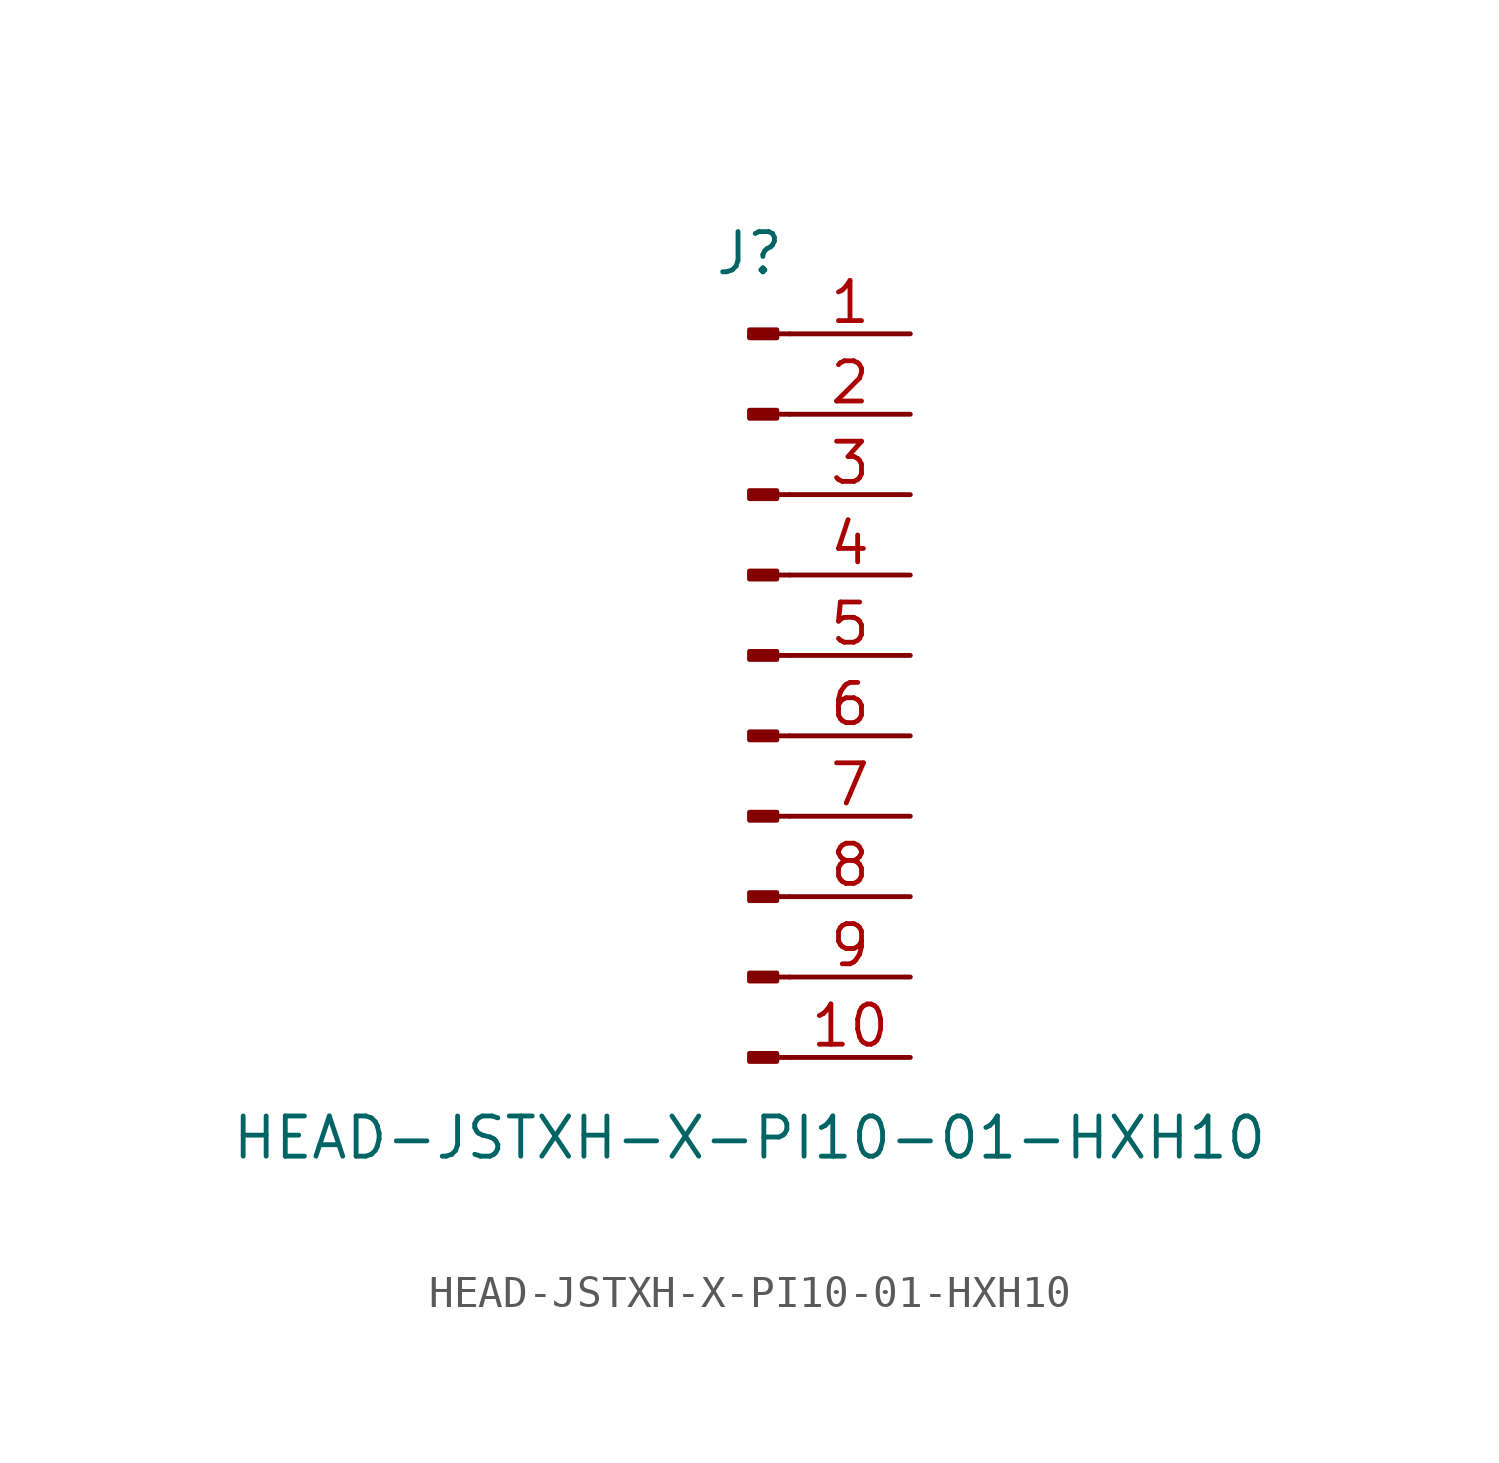
<source format=kicad_sym>
(kicad_symbol_lib
  (version 20211014)
  (generator kicad_symbol_editor)
  (symbol "HEAD-JSTXH-X-PI10-01-HXH10"
    (pin_names
      (offset 1.016) hide)
    (property "Reference" "J"
      (at 0 12.7 0)
      (effects (font (size 1.27 1.27))))
    (property "Value" "HEAD-JSTXH-X-PI10-01-HXH10"
      (at 0 -15.24 0)
      (effects (font (size 1.27 1.27))))
    (symbol "HEAD-JSTXH-X-PI10-01-HXH10_1_1"
      (polyline (pts (xy 1.27 -12.7) (xy 0.864 -12.7)) (stroke (width 0.152) (type default) (color 0 0 0 0)) (fill (type none)))
      (polyline (pts (xy 1.27 -10.16) (xy 0.864 -10.16)) (stroke (width 0.152) (type default) (color 0 0 0 0)) (fill (type none)))
      (polyline (pts (xy 1.27 -7.62) (xy 0.864 -7.62)) (stroke (width 0.152) (type default) (color 0 0 0 0)) (fill (type none)))
      (polyline (pts (xy 1.27 -5.08) (xy 0.864 -5.08)) (stroke (width 0.152) (type default) (color 0 0 0 0)) (fill (type none)))
      (polyline (pts (xy 1.27 -2.54) (xy 0.864 -2.54)) (stroke (width 0.152) (type default) (color 0 0 0 0)) (fill (type none)))
      (polyline (pts (xy 1.27 0) (xy 0.864 0)) (stroke (width 0.152) (type default) (color 0 0 0 0)) (fill (type none)))
      (polyline (pts (xy 1.27 2.54) (xy 0.864 2.54)) (stroke (width 0.152) (type default) (color 0 0 0 0)) (fill (type none)))
      (polyline (pts (xy 1.27 5.08) (xy 0.864 5.08)) (stroke (width 0.152) (type default) (color 0 0 0 0)) (fill (type none)))
      (polyline (pts (xy 1.27 7.62) (xy 0.864 7.62)) (stroke (width 0.152) (type default) (color 0 0 0 0)) (fill (type none)))
      (polyline (pts (xy 1.27 10.16) (xy 0.864 10.16)) (stroke (width 0.152) (type default) (color 0 0 0 0)) (fill (type none)))
      (rectangle (start 0.864 -12.573) (end 0 -12.827) (stroke (width 0.152) (type default) (color 0 0 0 0)) (fill (type outline)))
      (rectangle (start 0.864 -10.033) (end 0 -10.287) (stroke (width 0.152) (type default) (color 0 0 0 0)) (fill (type outline)))
      (rectangle (start 0.864 -7.493) (end 0 -7.747) (stroke (width 0.152) (type default) (color 0 0 0 0)) (fill (type outline)))
      (rectangle (start 0.864 -4.953) (end 0 -5.207) (stroke (width 0.152) (type default) (color 0 0 0 0)) (fill (type outline)))
      (rectangle (start 0.864 -2.413) (end 0 -2.667) (stroke (width 0.152) (type default) (color 0 0 0 0)) (fill (type outline)))
      (rectangle (start 0.864 0.127) (end 0 -0.127) (stroke (width 0.152) (type default) (color 0 0 0 0)) (fill (type outline)))
      (rectangle (start 0.864 2.667) (end 0 2.413) (stroke (width 0.152) (type default) (color 0 0 0 0)) (fill (type outline)))
      (rectangle (start 0.864 5.207) (end 0 4.953) (stroke (width 0.152) (type default) (color 0 0 0 0)) (fill (type outline)))
      (rectangle (start 0.864 7.747) (end 0 7.493) (stroke (width 0.152) (type default) (color 0 0 0 0)) (fill (type outline)))
      (rectangle (start 0.864 10.287) (end 0 10.033) (stroke (width 0.152) (type default) (color 0 0 0 0)) (fill (type outline)))
      (pin passive line (at 5.08 10.16 180) (length 3.81) (name "Pin_1" (effects (font (size 1.27 1.27)))) (number "1" (effects (font (size 1.27 1.27)))))
      (pin passive line (at 5.08 -12.7 180) (length 3.81) (name "Pin_10" (effects (font (size 1.27 1.27)))) (number "10" (effects (font (size 1.27 1.27)))))
      (pin passive line (at 5.08 7.62 180) (length 3.81) (name "Pin_2" (effects (font (size 1.27 1.27)))) (number "2" (effects (font (size 1.27 1.27)))))
      (pin passive line (at 5.08 5.08 180) (length 3.81) (name "Pin_3" (effects (font (size 1.27 1.27)))) (number "3" (effects (font (size 1.27 1.27)))))
      (pin passive line (at 5.08 2.54 180) (length 3.81) (name "Pin_4" (effects (font (size 1.27 1.27)))) (number "4" (effects (font (size 1.27 1.27)))))
      (pin passive line (at 5.08 0 180) (length 3.81) (name "Pin_5" (effects (font (size 1.27 1.27)))) (number "5" (effects (font (size 1.27 1.27)))))
      (pin passive line (at 5.08 -2.54 180) (length 3.81) (name "Pin_6" (effects (font (size 1.27 1.27)))) (number "6" (effects (font (size 1.27 1.27)))))
      (pin passive line (at 5.08 -5.08 180) (length 3.81) (name "Pin_7" (effects (font (size 1.27 1.27)))) (number "7" (effects (font (size 1.27 1.27)))))
      (pin passive line (at 5.08 -7.62 180) (length 3.81) (name "Pin_8" (effects (font (size 1.27 1.27)))) (number "8" (effects (font (size 1.27 1.27)))))
      (pin passive line (at 5.08 -10.16 180) (length 3.81) (name "Pin_9" (effects (font (size 1.27 1.27)))) (number "9" (effects (font (size 1.27 1.27))))))))
</source>
